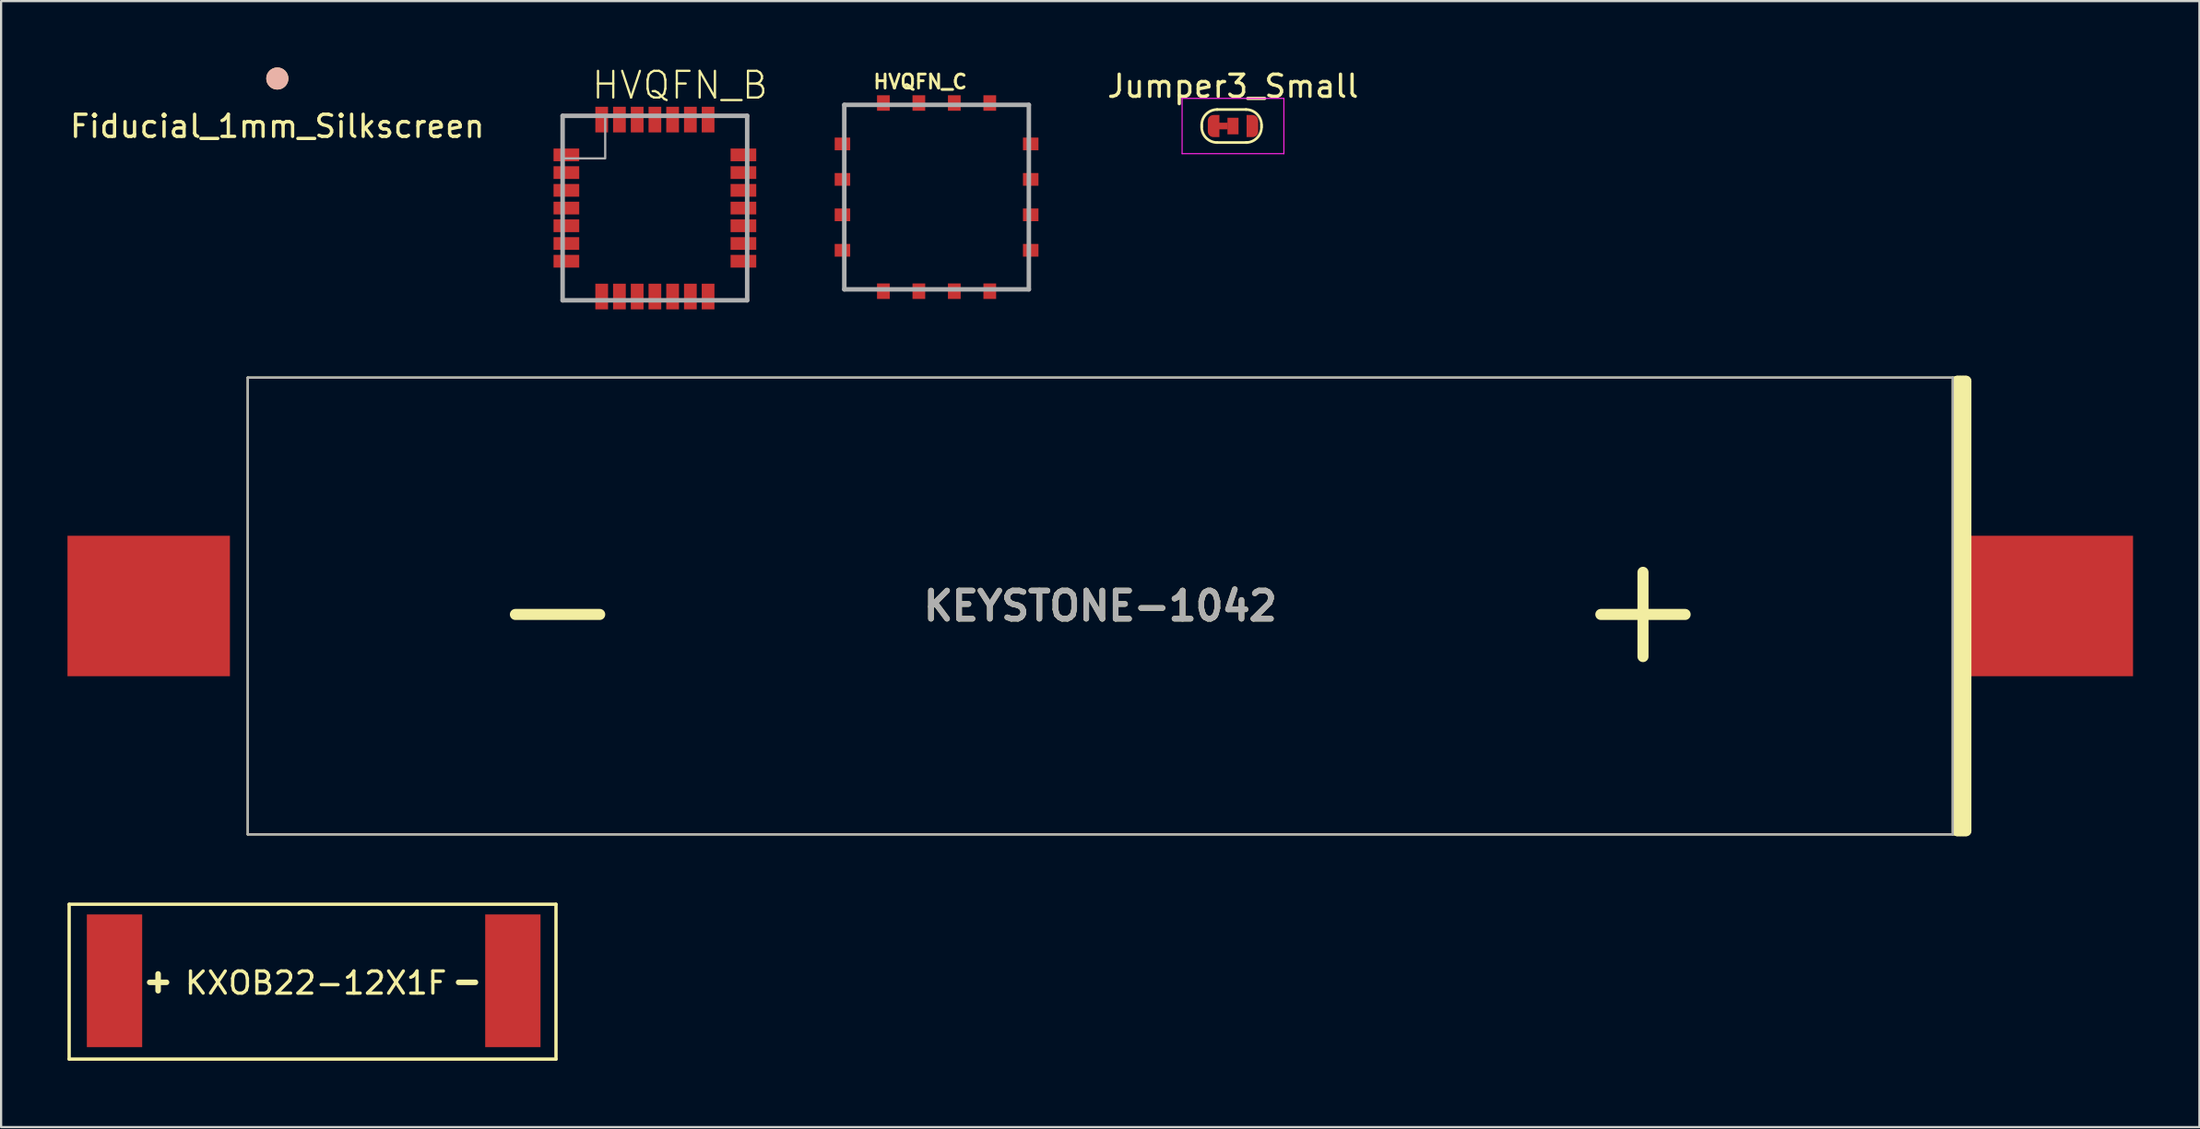
<source format=kicad_pcb>
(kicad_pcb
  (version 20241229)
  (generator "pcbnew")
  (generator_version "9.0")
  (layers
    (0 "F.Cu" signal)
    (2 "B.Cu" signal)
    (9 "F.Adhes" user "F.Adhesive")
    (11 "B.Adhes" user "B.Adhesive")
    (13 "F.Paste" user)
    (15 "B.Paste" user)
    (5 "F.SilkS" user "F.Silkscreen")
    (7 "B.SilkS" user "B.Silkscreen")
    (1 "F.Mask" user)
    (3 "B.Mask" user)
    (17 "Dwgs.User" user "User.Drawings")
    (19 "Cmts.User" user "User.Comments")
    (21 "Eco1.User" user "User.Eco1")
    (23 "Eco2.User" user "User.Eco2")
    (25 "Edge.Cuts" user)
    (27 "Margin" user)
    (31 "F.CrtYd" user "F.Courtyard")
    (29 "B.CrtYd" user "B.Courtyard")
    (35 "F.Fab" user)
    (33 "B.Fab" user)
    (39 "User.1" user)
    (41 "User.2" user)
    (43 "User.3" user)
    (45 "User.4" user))
  (footprint "Fiducial_1mm_Silkscreen"
    (layer "F.Cu")
    (at 9.482 0.5)
    (property "Reference" "Fiducial_1mm_Silkscreen" (at 0 2.159 0) (layer "F.SilkS") (effects (font (size 1 1) (thickness 0.15))))
    (attr through_hole)
    (pad "" connect circle (at 0 0) (size 1 1) (layers "*.SilkS")))
  (footprint "HVQFN_C"
    (layer "F.Cu")
    (at 39.273 5.861)
    (property "Reference" "HVQFN_C" (at -2.925 -4.845 0) (layer "F.SilkS") (effects (font (size 0.635 0.635) (thickness 0.127)) (justify left bottom)))
    (attr through_hole)
    (fp_line (start -4.17 -4.17) (end 4.17 -4.17) (stroke (width 0.203) (type solid)) (layer "F.Fab"))
    (fp_line (start -4.17 4.17) (end -4.17 -4.17) (stroke (width 0.203) (type solid)) (layer "F.Fab"))
    (fp_line (start 4.17 -4.17) (end 4.17 4.17) (stroke (width 0.203) (type solid)) (layer "F.Fab"))
    (fp_line (start 4.17 4.17) (end -4.17 4.17) (stroke (width 0.203) (type solid)) (layer "F.Fab"))
    (pad "1" smd rect (at -4.254 -2.404 90) (size 0.575 0.7) (layers "F.Cu" "F.Mask" "F.Paste"))
    (pad "2" smd rect (at -4.254 -0.801 90) (size 0.575 0.7) (layers "F.Cu" "F.Mask" "F.Paste"))
    (pad "3" smd rect (at -4.254 0.801 90) (size 0.575 0.7) (layers "F.Cu" "F.Mask" "F.Paste"))
    (pad "4" smd rect (at -4.254 2.404 90) (size 0.575 0.7) (layers "F.Cu" "F.Mask" "F.Paste"))
    (pad "5" smd rect (at -2.404 4.254 180) (size 0.575 0.7) (layers "F.Cu" "F.Mask" "F.Paste"))
    (pad "6" smd rect (at -0.801 4.254 180) (size 0.575 0.7) (layers "F.Cu" "F.Mask" "F.Paste"))
    (pad "7" smd rect (at 0.801 4.254 180) (size 0.575 0.7) (layers "F.Cu" "F.Mask" "F.Paste"))
    (pad "8" smd rect (at 2.404 4.254 180) (size 0.575 0.7) (layers "F.Cu" "F.Mask" "F.Paste"))
    (pad "9" smd rect (at 4.254 2.404 90) (size 0.575 0.7) (layers "F.Cu" "F.Mask" "F.Paste"))
    (pad "10" smd rect (at 4.254 0.801 90) (size 0.575 0.7) (layers "F.Cu" "F.Mask" "F.Paste"))
    (pad "11" smd rect (at 4.254 -0.801 90) (size 0.575 0.7) (layers "F.Cu" "F.Mask" "F.Paste"))
    (pad "12" smd rect (at 4.254 -2.404 90) (size 0.575 0.7) (layers "F.Cu" "F.Mask" "F.Paste"))
    (pad "13" smd rect (at 2.404 -4.254 180) (size 0.575 0.7) (layers "F.Cu" "F.Mask" "F.Paste"))
    (pad "14" smd rect (at 0.801 -4.254 180) (size 0.575 0.7) (layers "F.Cu" "F.Mask" "F.Paste"))
    (pad "15" smd rect (at -0.801 -4.254 180) (size 0.575 0.7) (layers "F.Cu" "F.Mask" "F.Paste"))
    (pad "16" smd rect (at -2.404 -4.254 180) (size 0.575 0.7) (layers "F.Cu" "F.Mask" "F.Paste")))
  (footprint "KEYSTONE-1042"
    (layer "F.Cu")
    (at 46.67 24.346)
    (property "Reference" "KEYSTONE-1042" (at 0 0 0) (layer "F.SilkS") (effects (font (size 1.27 1.27) (thickness 0.254))))
    (attr through_hole)
    (fp_line (start -38.525 -10.325) (end 39.116 -10.325) (stroke (width 0.1) (type solid)) (layer "F.SilkS"))
    (fp_line (start -38.525 10.325) (end -38.525 -10.325) (stroke (width 0.1) (type solid)) (layer "F.SilkS"))
    (fp_line (start 38.525 -10.325) (end 38.525 10.325) (stroke (width 0.1) (type solid)) (layer "F.SilkS"))
    (fp_line (start 38.735 -10.16) (end 38.735 10.16) (stroke (width 0.5) (type solid)) (layer "F.SilkS"))
    (fp_line (start 38.735 -10.16) (end 39.116 -10.16) (stroke (width 0.5) (type solid)) (layer "F.SilkS"))
    (fp_line (start 38.735 10.16) (end 39.116 10.16) (stroke (width 0.5) (type solid)) (layer "F.SilkS"))
    (fp_line (start 38.735 10.325) (end -38.525 10.325) (stroke (width 0.1) (type solid)) (layer "F.SilkS"))
    (fp_line (start 38.862 -10.16) (end 38.862 10.16) (stroke (width 0.5) (type solid)) (layer "F.SilkS"))
    (fp_line (start 38.989 -10.16) (end 38.989 10.16) (stroke (width 0.5) (type solid)) (layer "F.SilkS"))
    (fp_line (start 39.116 -10.16) (end 39.116 10.16) (stroke (width 0.5) (type solid)) (layer "F.SilkS"))
    (fp_line (start -38.525 -10.325) (end 38.525 -10.325) (stroke (width 0.1) (type solid)) (layer "F.Fab"))
    (fp_line (start -38.525 10.325) (end -38.525 -10.325) (stroke (width 0.1) (type solid)) (layer "F.Fab"))
    (fp_line (start 38.525 -10.325) (end 38.525 10.325) (stroke (width 0.1) (type solid)) (layer "F.Fab"))
    (fp_line (start 38.525 10.325) (end -38.525 10.325) (stroke (width 0.1) (type solid)) (layer "F.Fab"))
    (fp_text user "+" (at 24.525 0 0) (layer "F.SilkS") (effects (font (size 5 5) (thickness 0.5))))
    (fp_text user "-" (at -24.525 0 0) (layer "F.SilkS") (effects (font (size 5 5) (thickness 0.5))))
    (fp_text user "${REFERENCE}" (at 0 0 0) (layer "F.Fab") (effects (font (size 1.27 1.27) (thickness 0.254))))
    (pad "" np_thru_hole circle (at -27.6 8) (size 0.001 0.001) (drill 3.45) (layers "*.Cu" "*.Mask"))
    (pad "" np_thru_hole circle (at 27.6 -8) (size 0.001 0.001) (drill 3.45) (layers "*.Cu" "*.Mask"))
    (pad "" np_thru_hole circle (at 35.93 8) (size 0.001 0.001) (drill 1.57) (layers "*.Cu" "*.Mask"))
    (pad "1" smd rect (at -43 0 90) (size 6.35 7.34) (layers "F.Cu" "F.Mask" "F.Paste"))
    (pad "2" smd rect (at 43 0 90) (size 6.35 7.34) (layers "F.Cu" "F.Mask" "F.Paste")))
  (footprint "HVQFN_B"
    (layer "F.Cu")
    (at 26.544 6.356)
    (property "Reference" "HVQFN_B" (at -2.925 -4.845 0) (layer "F.SilkS") (effects (font (size 1.206 1.206) (thickness 0.102)) (justify left bottom)))
    (attr through_hole)
    (fp_line (start -4.17 -4.17) (end 4.17 -4.17) (stroke (width 0.203) (type solid)) (layer "F.Fab"))
    (fp_line (start -4.17 4.17) (end -4.17 -4.17) (stroke (width 0.203) (type solid)) (layer "F.Fab"))
    (fp_line (start 4.17 -4.17) (end 4.17 4.17) (stroke (width 0.203) (type solid)) (layer "F.Fab"))
    (fp_line (start 4.17 4.17) (end -4.17 4.17) (stroke (width 0.203) (type solid)) (layer "F.Fab"))
    (fp_poly (pts (xy -4.145 -2.245) (xy -2.245 -2.245) (xy -2.245 -4.145) (xy -4.145 -4.145)) (stroke (width 0.1) (type solid)) (fill no) (layer "F.Fab"))
    (pad "1" smd rect (at -4 -2.404 90) (size 0.575 1.16) (layers "F.Cu" "F.Mask" "F.Paste"))
    (pad "2" smd rect (at -4 -1.603 90) (size 0.575 1.16) (layers "F.Cu" "F.Mask" "F.Paste"))
    (pad "3" smd rect (at -4 -0.801 90) (size 0.575 1.16) (layers "F.Cu" "F.Mask" "F.Paste"))
    (pad "4" smd rect (at -4 0 90) (size 0.575 1.16) (layers "F.Cu" "F.Mask" "F.Paste"))
    (pad "5" smd rect (at -4 0.801 90) (size 0.575 1.16) (layers "F.Cu" "F.Mask" "F.Paste"))
    (pad "6" smd rect (at -4 1.603 90) (size 0.575 1.16) (layers "F.Cu" "F.Mask" "F.Paste"))
    (pad "7" smd rect (at -4 2.404 90) (size 0.575 1.16) (layers "F.Cu" "F.Mask" "F.Paste"))
    (pad "8" smd rect (at -2.404 4) (size 0.575 1.16) (layers "F.Cu" "F.Mask" "F.Paste"))
    (pad "9" smd rect (at -1.603 4) (size 0.575 1.16) (layers "F.Cu" "F.Mask" "F.Paste"))
    (pad "10" smd rect (at -0.801 4) (size 0.575 1.16) (layers "F.Cu" "F.Mask" "F.Paste"))
    (pad "11" smd rect (at 0 4) (size 0.575 1.16) (layers "F.Cu" "F.Mask" "F.Paste"))
    (pad "12" smd rect (at 0.801 4) (size 0.575 1.16) (layers "F.Cu" "F.Mask" "F.Paste"))
    (pad "13" smd rect (at 1.603 4) (size 0.575 1.16) (layers "F.Cu" "F.Mask" "F.Paste"))
    (pad "14" smd rect (at 2.404 4) (size 0.575 1.16) (layers "F.Cu" "F.Mask" "F.Paste"))
    (pad "15" smd rect (at 4 2.404 90) (size 0.575 1.16) (layers "F.Cu" "F.Mask" "F.Paste"))
    (pad "16" smd rect (at 4 1.603 90) (size 0.575 1.16) (layers "F.Cu" "F.Mask" "F.Paste"))
    (pad "17" smd rect (at 4 0.801 90) (size 0.575 1.16) (layers "F.Cu" "F.Mask" "F.Paste"))
    (pad "18" smd rect (at 4 0 90) (size 0.575 1.16) (layers "F.Cu" "F.Mask" "F.Paste"))
    (pad "19" smd rect (at 4 -0.801 90) (size 0.575 1.16) (layers "F.Cu" "F.Mask" "F.Paste"))
    (pad "20" smd rect (at 4 -1.603 90) (size 0.575 1.16) (layers "F.Cu" "F.Mask" "F.Paste"))
    (pad "21" smd rect (at 4 -2.404 90) (size 0.575 1.16) (layers "F.Cu" "F.Mask" "F.Paste"))
    (pad "22" smd rect (at 2.404 -4 180) (size 0.575 1.16) (layers "F.Cu" "F.Mask" "F.Paste"))
    (pad "23" smd rect (at 1.603 -4 180) (size 0.575 1.16) (layers "F.Cu" "F.Mask" "F.Paste"))
    (pad "24" smd rect (at 0.801 -4 180) (size 0.575 1.16) (layers "F.Cu" "F.Mask" "F.Paste"))
    (pad "25" smd rect (at 0 -4 180) (size 0.575 1.16) (layers "F.Cu" "F.Mask" "F.Paste"))
    (pad "26" smd rect (at -0.801 -4 180) (size 0.575 1.16) (layers "F.Cu" "F.Mask" "F.Paste"))
    (pad "27" smd rect (at -1.603 -4 180) (size 0.575 1.16) (layers "F.Cu" "F.Mask" "F.Paste"))
    (pad "28" smd rect (at -2.404 -4 180) (size 0.575 1.16) (layers "F.Cu" "F.Mask" "F.Paste")))
  (footprint "Jumper3_Small"
    (layer "F.Cu")
    (at 52.668 2.648)
    (property "Reference" "Jumper3_Small" (at 0 -1.8 0) (layer "F.SilkS") (effects (font (size 1 1) (thickness 0.15))))
    (attr exclude_from_pos_files exclude_from_bom)
    (fp_line (start -1.415 0.046) (end -1.415 -0.046) (stroke (width 0.12) (type solid)) (layer "F.SilkS"))
    (fp_line (start -0.715 -0.746) (end 0.588 -0.746) (stroke (width 0.12) (type solid)) (layer "F.SilkS"))
    (fp_line (start 0.635 0.746) (end -0.715 0.746) (stroke (width 0.12) (type solid)) (layer "F.SilkS"))
    (fp_line (start 1.288 -0.046) (end 1.288 0.046) (stroke (width 0.12) (type solid)) (layer "F.SilkS"))
    (fp_arc (start -1.415 -0.046) (mid -1.209975 -0.540975) (end -0.715 -0.746) (stroke (width 0.12) (type solid)) (layer "F.SilkS"))
    (fp_arc (start -0.715 0.746) (mid -1.209975 0.540975) (end -1.415 0.046) (stroke (width 0.12) (type solid)) (layer "F.SilkS"))
    (fp_arc (start 0.588 -0.746) (mid 1.082975 -0.540975) (end 1.288 -0.046) (stroke (width 0.12) (type solid)) (layer "F.SilkS"))
    (fp_arc (start 1.288 0.046) (mid 1.082975 0.540975) (end 0.588 0.746) (stroke (width 0.12) (type solid)) (layer "F.SilkS"))
    (fp_line (start -2.3 -1.25) (end -2.3 1.25) (stroke (width 0.05) (type solid)) (layer "F.CrtYd"))
    (fp_line (start -2.3 -1.25) (end 2.3 -1.25) (stroke (width 0.05) (type solid)) (layer "F.CrtYd"))
    (fp_line (start 2.3 1.25) (end -2.3 1.25) (stroke (width 0.05) (type solid)) (layer "F.CrtYd"))
    (fp_line (start 2.3 1.25) (end 2.3 -1.25) (stroke (width 0.05) (type solid)) (layer "F.CrtYd"))
    (pad "1" smd custom (at -0.889 0) (size 0.5 0.5) (layers "F.Cu" "F.Mask") (options (anchor rect)) (primitives (gr_circle (center 0 0.25) (end 0.25 0.25) (width 0) (fill yes)) (gr_circle (center 0 -0.25) (end 0.25 -0.25) (width 0) (fill yes)) (gr_poly (pts (xy 0.275 -0.5) (xy 0 -0.5) (xy 0 0.5) (xy 0.275 0.5)) (width 0) (fill yes)) (gr_poly (pts (xy 0.2 -0.15) (xy 0.65 -0.15) (xy 0.65 0.15) (xy 0.2 0.15)) (width 0) (fill yes))))
    (pad "2" smd rect (at 0 0) (size 0.5 0.75) (layers "F.Cu" "F.Mask"))
    (pad "3" smd custom (at 0.889 0) (size 0.5 0.5) (layers "F.Cu" "F.Mask") (options (anchor rect)) (primitives (gr_circle (center 0 0.25) (end 0.25 0.25) (width 0) (fill yes)) (gr_circle (center 0 -0.25) (end 0.25 -0.25) (width 0) (fill yes)) (gr_poly (pts (xy -0.275 -0.5) (xy 0 -0.5) (xy 0 0.5) (xy -0.275 0.5)) (width 0) (fill yes)))))
  (footprint "KXOB22-12X1F"
    (layer "F.Cu")
    (at 11.075 41.291)
    (property "Reference" "KXOB22-12X1F" (at 0.15 0.1 0) (layer "F.SilkS") (effects (font (size 1 1) (thickness 0.15))))
    (attr through_hole)
    (fp_line (start -11 -3.46) (end -11 3.54) (stroke (width 0.15) (type solid)) (layer "F.SilkS"))
    (fp_line (start -11 -3.46) (end 11 -3.46) (stroke (width 0.15) (type solid)) (layer "F.SilkS"))
    (fp_line (start -11 3.54) (end 11 3.54) (stroke (width 0.15) (type solid)) (layer "F.SilkS"))
    (fp_line (start 11 -3.46) (end 11 3.54) (stroke (width 0.15) (type solid)) (layer "F.SilkS"))
    (fp_text user "+" (at -6.98 0 0) (layer "F.SilkS") (effects (font (size 1 1) (thickness 0.25))))
    (fp_text user "-" (at 6.98 0 0) (layer "F.SilkS") (effects (font (size 1 1) (thickness 0.25))))
    (pad "1" smd rect (at -8.95 0 90) (size 6 2.5) (layers "F.Cu" "F.Mask" "F.Paste"))
    (pad "2" smd rect (at 9.05 0 90) (size 6 2.5) (layers "F.Cu" "F.Mask" "F.Paste")))
  (gr_rect
    (start -3 -3)
    (end 96.34 47.906)
    (stroke (width 0.1) (type default))
    (fill no)
    (layer "Edge.Cuts")))
</source>
